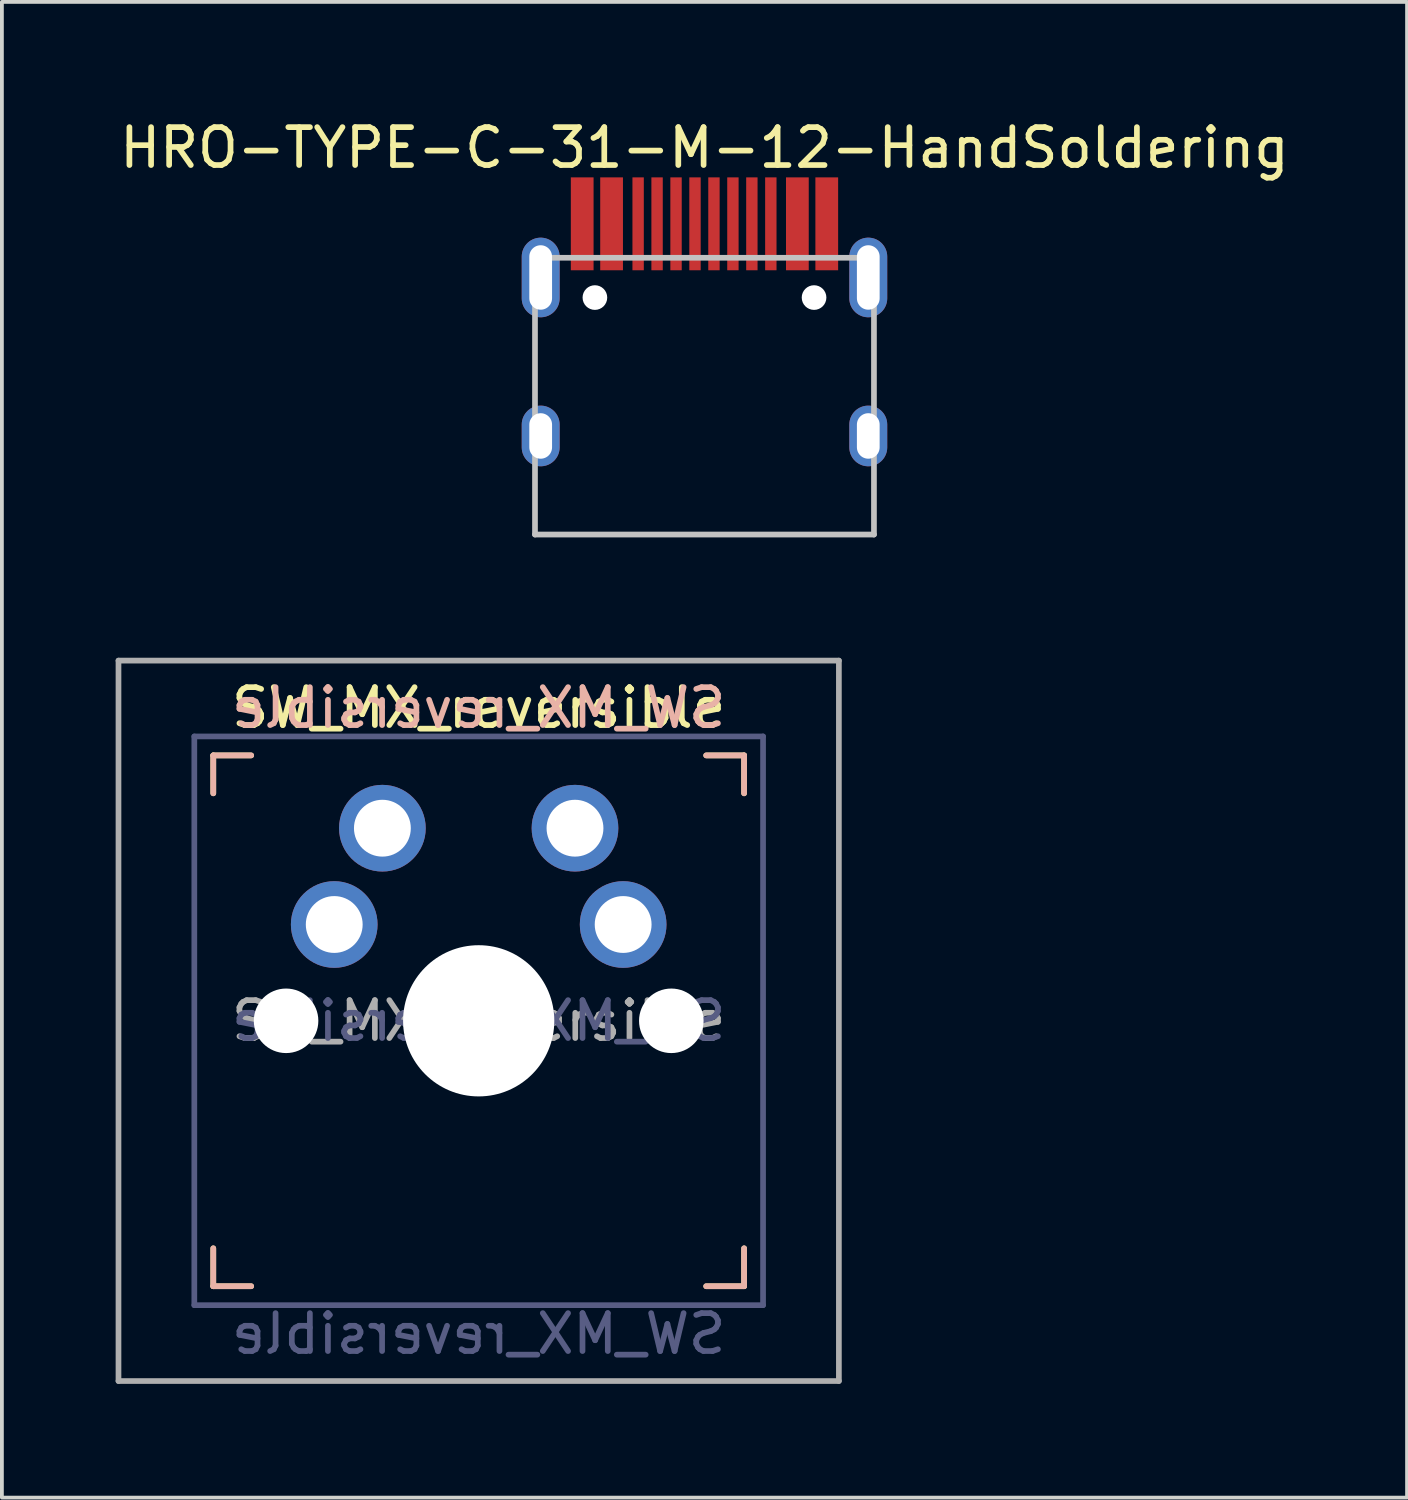
<source format=kicad_pcb>
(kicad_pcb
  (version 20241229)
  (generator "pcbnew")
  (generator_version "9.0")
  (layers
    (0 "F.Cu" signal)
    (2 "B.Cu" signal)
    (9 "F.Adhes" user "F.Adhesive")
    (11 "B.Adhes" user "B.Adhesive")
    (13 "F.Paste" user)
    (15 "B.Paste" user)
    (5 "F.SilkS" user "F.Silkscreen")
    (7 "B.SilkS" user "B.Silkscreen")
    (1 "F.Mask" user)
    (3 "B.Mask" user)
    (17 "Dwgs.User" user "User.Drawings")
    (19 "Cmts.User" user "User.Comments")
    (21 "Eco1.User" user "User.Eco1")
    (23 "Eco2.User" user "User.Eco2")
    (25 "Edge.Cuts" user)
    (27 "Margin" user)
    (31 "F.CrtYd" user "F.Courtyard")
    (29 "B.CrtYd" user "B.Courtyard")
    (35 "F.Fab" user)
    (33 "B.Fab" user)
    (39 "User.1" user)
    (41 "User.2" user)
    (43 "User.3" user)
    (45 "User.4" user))
  (footprint "SW_MX_reversible"
    (layer "F.Cu")
    (at 9.575 23.873)
    (property "Reference" "SW_MX_reversible" (at 0 -8.255 0) (layer "F.SilkS") (effects (font (size 1 1) (thickness 0.15))))
    (property "Value" "SW_MX_reversible" (at 0 8.255 0) (layer "F.Fab") (hide yes) (effects (font (size 1 1) (thickness 0.15))))
    (attr through_hole)
    (fp_line (start -7 -7) (end -6 -7) (stroke (width 0.15) (type solid)) (layer "F.SilkS"))
    (fp_line (start -7 -6) (end -7 -7) (stroke (width 0.15) (type solid)) (layer "F.SilkS"))
    (fp_line (start -7 7) (end -7 6) (stroke (width 0.15) (type solid)) (layer "F.SilkS"))
    (fp_line (start -6 7) (end -7 7) (stroke (width 0.15) (type solid)) (layer "F.SilkS"))
    (fp_line (start 6 -7) (end 7 -7) (stroke (width 0.15) (type solid)) (layer "F.SilkS"))
    (fp_line (start 7 -7) (end 7 -6) (stroke (width 0.15) (type solid)) (layer "F.SilkS"))
    (fp_line (start 7 6) (end 7 7) (stroke (width 0.15) (type solid)) (layer "F.SilkS"))
    (fp_line (start 7 7) (end 6 7) (stroke (width 0.15) (type solid)) (layer "F.SilkS"))
    (fp_line (start -7 -7) (end -6 -7) (stroke (width 0.15) (type solid)) (layer "B.SilkS"))
    (fp_line (start -7 -6) (end -7 -7) (stroke (width 0.15) (type solid)) (layer "B.SilkS"))
    (fp_line (start -7 7) (end -7 6) (stroke (width 0.15) (type solid)) (layer "B.SilkS"))
    (fp_line (start -6 7) (end -7 7) (stroke (width 0.15) (type solid)) (layer "B.SilkS"))
    (fp_line (start 6 -7) (end 7 -7) (stroke (width 0.15) (type solid)) (layer "B.SilkS"))
    (fp_line (start 7 -7) (end 7 -6) (stroke (width 0.15) (type solid)) (layer "B.SilkS"))
    (fp_line (start 7 6) (end 7 7) (stroke (width 0.15) (type solid)) (layer "B.SilkS"))
    (fp_line (start 7 7) (end 6 7) (stroke (width 0.15) (type solid)) (layer "B.SilkS"))
    (fp_line (start -6.9 6.9) (end -6.9 -6.9) (stroke (width 0.15) (type solid)) (layer "Eco2.User"))
    (fp_line (start -6.9 6.9) (end 6.9 6.9) (stroke (width 0.15) (type solid)) (layer "Eco2.User"))
    (fp_line (start 6.9 -6.9) (end -6.9 -6.9) (stroke (width 0.15) (type solid)) (layer "Eco2.User"))
    (fp_line (start 6.9 -6.9) (end 6.9 6.9) (stroke (width 0.15) (type solid)) (layer "Eco2.User"))
    (fp_line (start -7.5 -7.5) (end 7.5 -7.5) (stroke (width 0.15) (type solid)) (layer "B.Fab"))
    (fp_line (start -7.5 7.5) (end -7.5 -7.5) (stroke (width 0.15) (type solid)) (layer "B.Fab"))
    (fp_line (start 7.5 -7.5) (end 7.5 7.5) (stroke (width 0.15) (type solid)) (layer "B.Fab"))
    (fp_line (start 7.5 7.5) (end -7.5 7.5) (stroke (width 0.15) (type solid)) (layer "B.Fab"))
    (fp_line (start -9.5 -9.5) (end 9.5 -9.5) (stroke (width 0.15) (type solid)) (layer "F.Fab"))
    (fp_line (start -9.5 9.5) (end -9.5 -9.5) (stroke (width 0.15) (type solid)) (layer "F.Fab"))
    (fp_line (start 9.5 -9.5) (end 9.5 9.5) (stroke (width 0.15) (type solid)) (layer "F.Fab"))
    (fp_line (start 9.5 9.5) (end -9.5 9.5) (stroke (width 0.15) (type solid)) (layer "F.Fab"))
    (fp_text user "${REFERENCE}" (at 0 -8.255 0) (layer "B.SilkS") (effects (font (size 1 1) (thickness 0.15)) (justify mirror)))
    (fp_text user "${REFERENCE}" (at 0 0 0) (layer "B.Fab") (effects (font (size 1 1) (thickness 0.15)) (justify mirror)))
    (fp_text user "${VALUE}" (at 0 8.255 0) (layer "B.Fab") (effects (font (size 1 1) (thickness 0.15)) (justify mirror)))
    (fp_text user "${REFERENCE}" (at 0 0 0) (layer "F.Fab") (effects (font (size 1 1) (thickness 0.15))))
    (pad "" np_thru_hole circle (at -5.08 0) (size 1.702 1.702) (drill 1.702) (layers "*.Cu" "*.Mask"))
    (pad "" np_thru_hole circle (at 0 0) (size 3.988 3.988) (drill 3.988) (layers "*.Cu" "*.Mask"))
    (pad "" np_thru_hole circle (at 5.08 0) (size 1.702 1.702) (drill 1.702) (layers "*.Cu" "*.Mask"))
    (pad "1" thru_hole circle (at -3.81 -2.54) (size 2.286 2.286) (drill 1.499) (layers "*.Cu" "*.Mask"))
    (pad "1" thru_hole circle (at -2.54 -5.08) (size 2.286 2.286) (drill 1.499) (layers "*.Cu" "*.Mask"))
    (pad "2" thru_hole circle (at 2.54 -5.08) (size 2.286 2.286) (drill 1.499) (layers "*.Cu" "*.Mask"))
    (pad "2" thru_hole circle (at 3.81 -2.54) (size 2.286 2.286) (drill 1.499) (layers "*.Cu" "*.Mask")))
  (footprint "HRO-TYPE-C-31-M-12-HandSoldering"
    (layer "F.Cu")
    (at 15.53 11.048)
    (property "Reference" "HRO-TYPE-C-31-M-12-HandSoldering" (at 0 -10.2 0) (layer "F.SilkS") (effects (font (size 1 1) (thickness 0.15))))
    (attr smd)
    (fp_line (start -4.47 -7.3) (end 4.47 -7.3) (stroke (width 0.15) (type solid)) (layer "Dwgs.User"))
    (fp_line (start -4.47 0) (end -4.47 -7.3) (stroke (width 0.15) (type solid)) (layer "Dwgs.User"))
    (fp_line (start -4.47 0) (end 4.47 0) (stroke (width 0.15) (type solid)) (layer "Dwgs.User"))
    (fp_line (start 4.47 0) (end 4.47 -7.3) (stroke (width 0.15) (type solid)) (layer "Dwgs.User"))
    (pad "" np_thru_hole circle (at -2.89 -6.25) (size 0.65 0.65) (drill 0.65) (layers "*.Cu" "*.Mask"))
    (pad "" np_thru_hole circle (at 2.89 -6.25) (size 0.65 0.65) (drill 0.65) (layers "*.Cu" "*.Mask"))
    (pad "1" smd rect (at -3.225 -8.195) (size 0.6 2.45) (layers "F.Cu" "F.Mask" "F.Paste"))
    (pad "2" smd rect (at -2.45 -8.195) (size 0.6 2.45) (layers "F.Cu" "F.Mask" "F.Paste"))
    (pad "3" smd rect (at -1.75 -8.195) (size 0.3 2.45) (layers "F.Cu" "F.Mask" "F.Paste"))
    (pad "4" smd rect (at -1.25 -8.195) (size 0.3 2.45) (layers "F.Cu" "F.Mask" "F.Paste"))
    (pad "5" smd rect (at -0.75 -8.195) (size 0.3 2.45) (layers "F.Cu" "F.Mask" "F.Paste"))
    (pad "6" smd rect (at -0.25 -8.195) (size 0.3 2.45) (layers "F.Cu" "F.Mask" "F.Paste"))
    (pad "7" smd rect (at 0.25 -8.195) (size 0.3 2.45) (layers "F.Cu" "F.Mask" "F.Paste"))
    (pad "8" smd rect (at 0.75 -8.195) (size 0.3 2.45) (layers "F.Cu" "F.Mask" "F.Paste"))
    (pad "9" smd rect (at 1.25 -8.195) (size 0.3 2.45) (layers "F.Cu" "F.Mask" "F.Paste"))
    (pad "10" smd rect (at 1.75 -8.195) (size 0.3 2.45) (layers "F.Cu" "F.Mask" "F.Paste"))
    (pad "11" smd rect (at 2.45 -8.195) (size 0.6 2.45) (layers "F.Cu" "F.Mask" "F.Paste"))
    (pad "12" smd rect (at 3.225 -8.195) (size 0.6 2.45) (layers "F.Cu" "F.Mask" "F.Paste"))
    (pad "13" thru_hole oval (at -4.32 -6.78) (size 1 2.1) (drill oval 0.6 1.7) (layers "*.Cu" "B.Mask"))
    (pad "13" thru_hole oval (at -4.32 -2.6) (size 1 1.6) (drill oval 0.6 1.2) (layers "*.Cu" "B.Mask"))
    (pad "13" thru_hole oval (at 4.32 -6.78) (size 1 2.1) (drill oval 0.6 1.7) (layers "*.Cu" "B.Mask"))
    (pad "13" thru_hole oval (at 4.32 -2.6) (size 1 1.6) (drill oval 0.6 1.2) (layers "*.Cu" "B.Mask")))
  (gr_rect
    (start -3 -3)
    (end 34.06 36.448)
    (stroke (width 0.1) (type default))
    (fill no)
    (layer "Edge.Cuts")))
</source>
